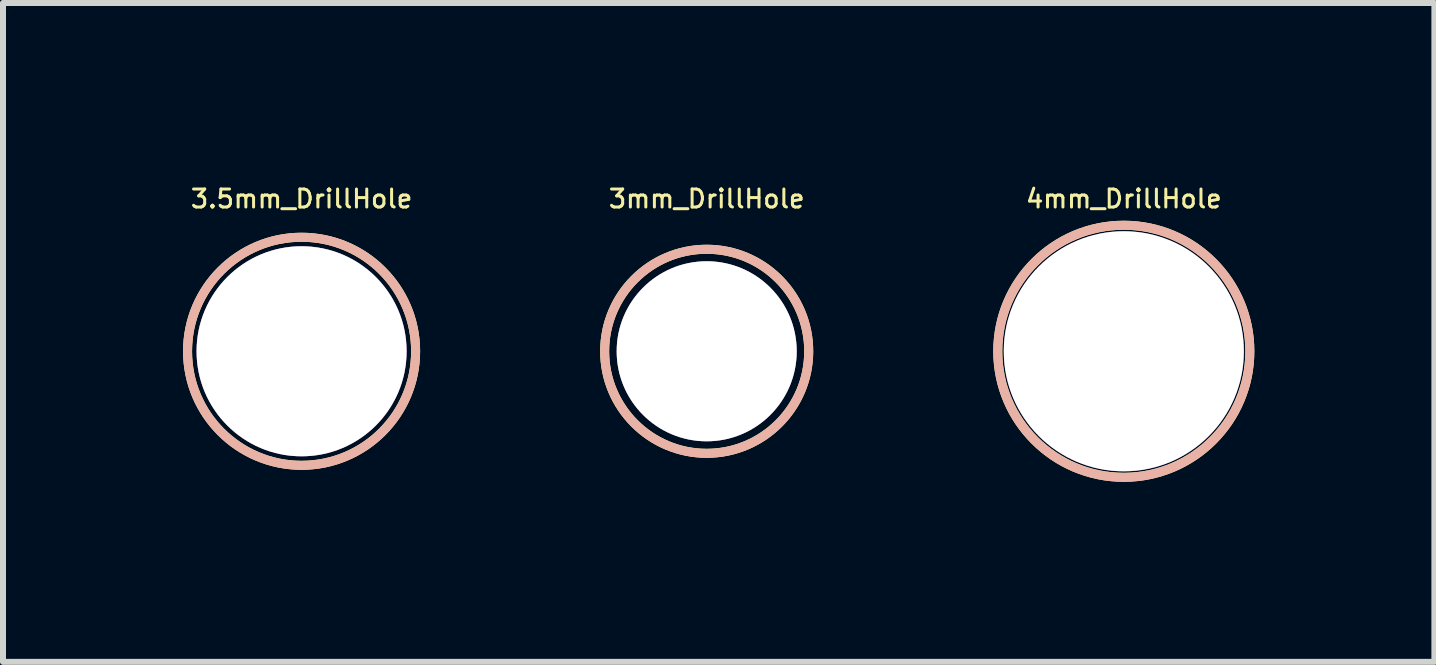
<source format=kicad_pcb>
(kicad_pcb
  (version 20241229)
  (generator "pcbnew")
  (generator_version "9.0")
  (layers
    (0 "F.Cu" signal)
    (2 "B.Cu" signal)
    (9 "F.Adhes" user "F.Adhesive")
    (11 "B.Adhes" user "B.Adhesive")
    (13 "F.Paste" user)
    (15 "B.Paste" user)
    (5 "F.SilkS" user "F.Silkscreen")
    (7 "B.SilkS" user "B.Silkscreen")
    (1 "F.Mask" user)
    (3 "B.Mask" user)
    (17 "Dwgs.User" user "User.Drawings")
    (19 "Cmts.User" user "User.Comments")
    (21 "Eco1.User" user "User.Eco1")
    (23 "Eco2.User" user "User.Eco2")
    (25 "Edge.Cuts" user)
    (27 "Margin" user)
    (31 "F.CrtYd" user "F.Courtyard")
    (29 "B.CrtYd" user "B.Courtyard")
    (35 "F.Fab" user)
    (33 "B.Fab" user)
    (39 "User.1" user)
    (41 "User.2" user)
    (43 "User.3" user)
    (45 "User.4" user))
  (footprint "3mm_DrillHole"
    (layer "F.Cu")
    (at 8.725 2.803)
    (property "Reference" "3mm_DrillHole" (at 0 -2.54 0) (layer "F.SilkS") (effects (font (size 0.3 0.3) (thickness 0.05))))
    (attr through_hole)
    (fp_circle (center 0 0) (end 0 -1.7) (stroke (width 0.15) (type solid)) (fill no) (layer "F.SilkS"))
    (fp_circle (center 0 0) (end 0 -1.7) (stroke (width 0.15) (type solid)) (fill no) (layer "B.SilkS"))
    (pad "" thru_hole circle (at 0 0) (size 3 3) (drill 3) (layers "*.Cu" "*.Mask")))
  (footprint "3.5mm_DrillHole"
    (layer "F.Cu")
    (at 1.975 2.803)
    (property "Reference" "3.5mm_DrillHole" (at 0 -2.54 0) (layer "F.SilkS") (effects (font (size 0.3 0.3) (thickness 0.05))))
    (attr through_hole)
    (fp_circle (center 0 0) (end 0 -1.9) (stroke (width 0.15) (type solid)) (fill no) (layer "F.SilkS"))
    (fp_circle (center 0 0) (end 0 -1.9) (stroke (width 0.15) (type solid)) (fill no) (layer "B.SilkS"))
    (pad "" thru_hole circle (at 0 0) (size 3.5 3.5) (drill 3.5) (layers "*.Cu" "*.Mask")))
  (footprint "4mm_DrillHole"
    (layer "F.Cu")
    (at 15.675 2.803)
    (property "Reference" "4mm_DrillHole" (at 0 -2.54 0) (layer "F.SilkS") (effects (font (size 0.3 0.3) (thickness 0.05))))
    (attr through_hole)
    (fp_circle (center 0 0) (end 0 -2.1) (stroke (width 0.15) (type solid)) (fill no) (layer "F.SilkS"))
    (fp_circle (center 0 0) (end 0 -2.1) (stroke (width 0.15) (type solid)) (fill no) (layer "B.SilkS"))
    (pad "" thru_hole circle (at 0 0) (size 4 4) (drill 4) (layers "*.Cu" "*.Mask")))
  (gr_rect
    (start -3 -3)
    (end 20.85 7.978)
    (stroke (width 0.1) (type default))
    (fill no)
    (layer "Edge.Cuts")))
</source>
